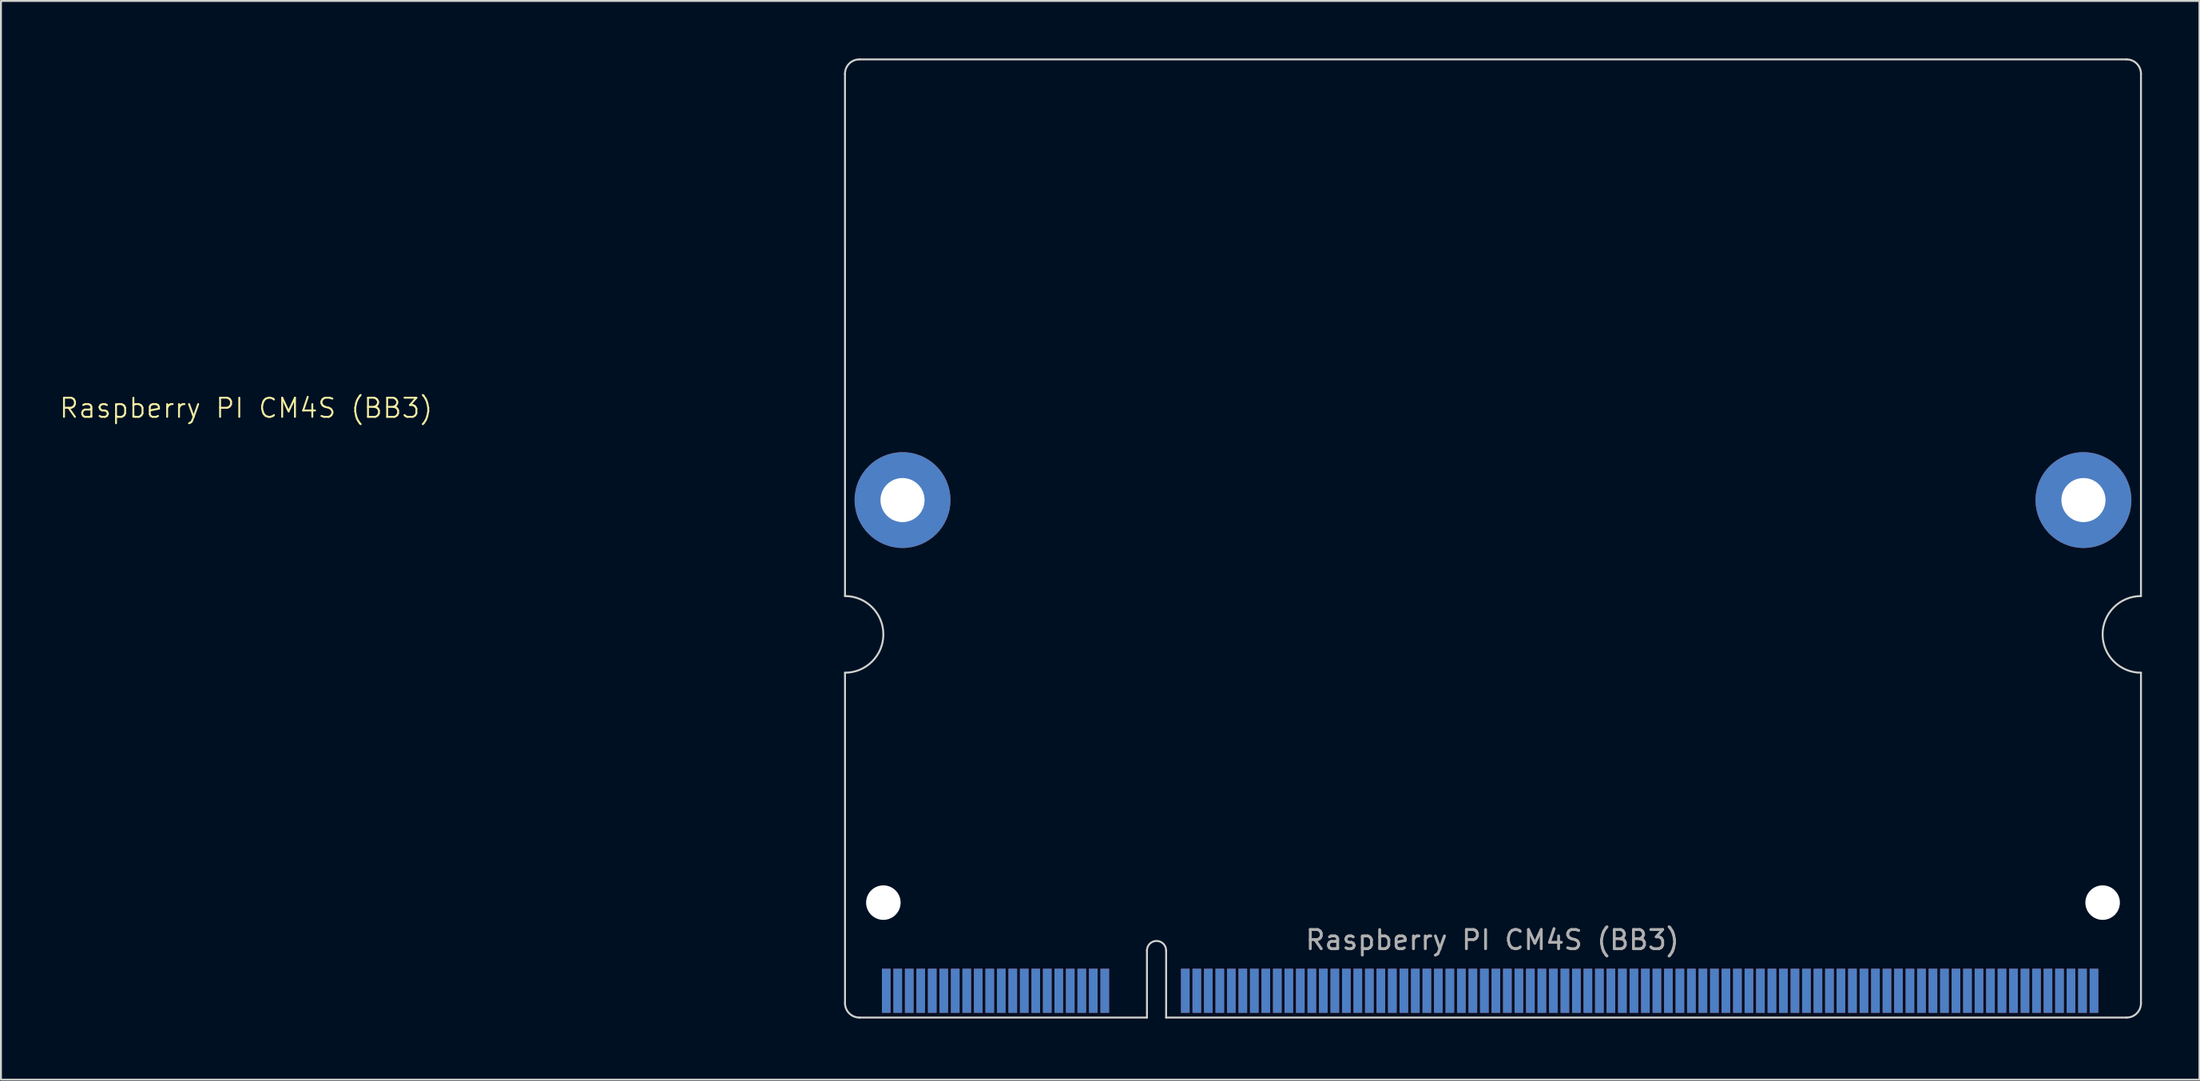
<source format=kicad_pcb>
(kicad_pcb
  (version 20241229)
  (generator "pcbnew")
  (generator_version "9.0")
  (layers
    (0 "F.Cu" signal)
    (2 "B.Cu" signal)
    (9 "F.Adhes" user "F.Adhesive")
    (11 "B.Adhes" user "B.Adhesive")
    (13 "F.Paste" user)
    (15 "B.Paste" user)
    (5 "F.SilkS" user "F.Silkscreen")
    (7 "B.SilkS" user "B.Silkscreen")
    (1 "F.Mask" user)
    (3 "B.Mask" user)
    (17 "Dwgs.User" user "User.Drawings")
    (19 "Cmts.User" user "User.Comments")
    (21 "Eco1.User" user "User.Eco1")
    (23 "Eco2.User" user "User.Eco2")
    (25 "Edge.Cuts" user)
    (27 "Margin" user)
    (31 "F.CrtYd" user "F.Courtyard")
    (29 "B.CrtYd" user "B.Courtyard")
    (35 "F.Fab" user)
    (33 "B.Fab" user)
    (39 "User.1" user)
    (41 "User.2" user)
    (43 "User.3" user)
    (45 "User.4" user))
  (footprint "Raspberry PI CM4S (BB3)"
    (layer "F.Cu")
    (at 41.028 50.05)
    (property "Reference" "Raspberry PI CM4S (BB3)" (at -31.24 -31.8 0) (unlocked yes) (layer "F.SilkS") (effects (font (size 1 1) (thickness 0.1))))
    (attr exclude_from_pos_files exclude_from_bom)
    (fp_line (start -0.001 -49.25) (end 0 -21.99) (stroke (width 0.1) (type solid)) (layer "Edge.Cuts"))
    (fp_line (start 0 -17.99) (end 0 -0.74) (stroke (width 0.1) (type solid)) (layer "Edge.Cuts"))
    (fp_line (start 0.749 -50) (end 66.85 -50) (stroke (width 0.1) (type solid)) (layer "Edge.Cuts"))
    (fp_line (start 15.75 0.01) (end 0.75 0.01) (stroke (width 0.1) (type solid)) (layer "Edge.Cuts"))
    (fp_line (start 15.75 0.01) (end 15.75 -3.49) (stroke (width 0.1) (type solid)) (layer "Edge.Cuts"))
    (fp_line (start 16.75 0.01) (end 16.75 -3.49) (stroke (width 0.1) (type solid)) (layer "Edge.Cuts"))
    (fp_line (start 16.75 0.01) (end 66.851 0.01) (stroke (width 0.1) (type solid)) (layer "Edge.Cuts"))
    (fp_line (start 67.6 -49.25) (end 67.6 -21.99) (stroke (width 0.1) (type solid)) (layer "Edge.Cuts"))
    (fp_line (start 67.6 -0.74) (end 67.6 -17.99) (stroke (width 0.1) (type solid)) (layer "Edge.Cuts"))
    (fp_arc (start -0.001309 -49.25) (mid 0.217898 -49.779867) (end 0.747382 -49.999999) (stroke (width 0.1) (type solid)) (layer "Edge.Cuts"))
    (fp_arc (start 0 -21.99) (mid 2 -19.99) (end 0 -17.99) (stroke (width 0.1) (type solid)) (layer "Edge.Cuts"))
    (fp_arc (start 0.749999 0.008691) (mid 0.220132 -0.210516) (end 0 -0.74) (stroke (width 0.1) (type solid)) (layer "Edge.Cuts"))
    (fp_arc (start 15.75 -3.49) (mid 16.25 -3.99) (end 16.75 -3.49) (stroke (width 0.1) (type solid)) (layer "Edge.Cuts"))
    (fp_arc (start 66.85 -50) (mid 67.379867 -49.780793) (end 67.599999 -49.251309) (stroke (width 0.1) (type solid)) (layer "Edge.Cuts"))
    (fp_arc (start 67.6 -17.99) (mid 65.6 -19.99) (end 67.6 -21.99) (stroke (width 0.1) (type solid)) (layer "Edge.Cuts"))
    (fp_arc (start 67.6 -0.74) (mid 67.38033 -0.20967) (end 66.85 0.01) (stroke (width 0.1) (type solid)) (layer "Edge.Cuts"))
    (fp_text user "${REFERENCE}" (at 33.77 -4.04 0) (unlocked yes) (layer "F.Fab") (effects (font (size 1 1) (thickness 0.15))))
    (pad "" np_thru_hole circle (at 2 -5.99) (size 1.8 1.8) (drill 1.8) (layers "*.Cu" "*.Mask"))
    (pad "" np_thru_hole circle (at 65.6 -5.99) (size 1.8 1.8) (drill 1.8) (layers "*.Cu" "*.Mask"))
    (pad "1" smd rect (at 2.15 -1.39) (size 0.45 2.3) (layers "F.Cu" "F.Mask"))
    (pad "2" smd rect (at 2.15 -1.39 180) (size 0.45 2.3) (layers "B.Cu" "B.Mask"))
    (pad "3" smd rect (at 2.75 -1.39) (size 0.45 2.3) (layers "F.Cu" "F.Mask"))
    (pad "4" smd rect (at 2.75 -1.39 180) (size 0.45 2.3) (layers "B.Cu" "B.Mask"))
    (pad "5" smd rect (at 3.35 -1.39) (size 0.45 2.3) (layers "F.Cu" "F.Mask"))
    (pad "6" smd rect (at 3.35 -1.39 180) (size 0.45 2.3) (layers "B.Cu" "B.Mask"))
    (pad "7" smd rect (at 3.95 -1.39) (size 0.45 2.3) (layers "F.Cu" "F.Mask"))
    (pad "8" smd rect (at 3.95 -1.39 180) (size 0.45 2.3) (layers "B.Cu" "B.Mask"))
    (pad "9" smd rect (at 4.55 -1.39) (size 0.45 2.3) (layers "F.Cu" "F.Mask"))
    (pad "10" smd rect (at 4.55 -1.39 180) (size 0.45 2.3) (layers "B.Cu" "B.Mask"))
    (pad "11" smd rect (at 5.15 -1.39) (size 0.45 2.3) (layers "F.Cu" "F.Mask"))
    (pad "12" smd rect (at 5.15 -1.39 180) (size 0.45 2.3) (layers "B.Cu" "B.Mask"))
    (pad "13" smd rect (at 5.75 -1.39) (size 0.45 2.3) (layers "F.Cu" "F.Mask"))
    (pad "14" smd rect (at 5.75 -1.39 180) (size 0.45 2.3) (layers "B.Cu" "B.Mask"))
    (pad "15" smd rect (at 6.35 -1.39) (size 0.45 2.3) (layers "F.Cu" "F.Mask"))
    (pad "16" smd rect (at 6.35 -1.39 180) (size 0.45 2.3) (layers "B.Cu" "B.Mask"))
    (pad "17" smd rect (at 6.95 -1.39) (size 0.45 2.3) (layers "F.Cu" "F.Mask"))
    (pad "18" smd rect (at 6.95 -1.39 180) (size 0.45 2.3) (layers "B.Cu" "B.Mask"))
    (pad "19" smd rect (at 7.55 -1.39) (size 0.45 2.3) (layers "F.Cu" "F.Mask"))
    (pad "20" smd rect (at 7.55 -1.39 180) (size 0.45 2.3) (layers "B.Cu" "B.Mask"))
    (pad "21" smd rect (at 8.15 -1.39) (size 0.45 2.3) (layers "F.Cu" "F.Mask"))
    (pad "22" smd rect (at 8.15 -1.39 180) (size 0.45 2.3) (layers "B.Cu" "B.Mask"))
    (pad "23" smd rect (at 8.75 -1.39) (size 0.45 2.3) (layers "F.Cu" "F.Mask"))
    (pad "24" smd rect (at 8.75 -1.39 180) (size 0.45 2.3) (layers "B.Cu" "B.Mask"))
    (pad "25" smd rect (at 9.35 -1.39) (size 0.45 2.3) (layers "F.Cu" "F.Mask"))
    (pad "26" smd rect (at 9.35 -1.39 180) (size 0.45 2.3) (layers "B.Cu" "B.Mask"))
    (pad "27" smd rect (at 9.95 -1.39) (size 0.45 2.3) (layers "F.Cu" "F.Mask"))
    (pad "28" smd rect (at 9.95 -1.39 180) (size 0.45 2.3) (layers "B.Cu" "B.Mask"))
    (pad "29" smd rect (at 10.55 -1.39) (size 0.45 2.3) (layers "F.Cu" "F.Mask"))
    (pad "30" smd rect (at 10.55 -1.39 180) (size 0.45 2.3) (layers "B.Cu" "B.Mask"))
    (pad "31" smd rect (at 11.15 -1.39) (size 0.45 2.3) (layers "F.Cu" "F.Mask"))
    (pad "32" smd rect (at 11.15 -1.39 180) (size 0.45 2.3) (layers "B.Cu" "B.Mask"))
    (pad "33" smd rect (at 11.75 -1.39) (size 0.45 2.3) (layers "F.Cu" "F.Mask"))
    (pad "34" smd rect (at 11.75 -1.39 180) (size 0.45 2.3) (layers "B.Cu" "B.Mask"))
    (pad "35" smd rect (at 12.35 -1.39) (size 0.45 2.3) (layers "F.Cu" "F.Mask"))
    (pad "36" smd rect (at 12.35 -1.39 180) (size 0.45 2.3) (layers "B.Cu" "B.Mask"))
    (pad "37" smd rect (at 12.95 -1.39) (size 0.45 2.3) (layers "F.Cu" "F.Mask"))
    (pad "38" smd rect (at 12.95 -1.39 180) (size 0.45 2.3) (layers "B.Cu" "B.Mask"))
    (pad "39" smd rect (at 13.55 -1.39) (size 0.45 2.3) (layers "F.Cu" "F.Mask"))
    (pad "40" smd rect (at 13.55 -1.39 180) (size 0.45 2.3) (layers "B.Cu" "B.Mask"))
    (pad "41" smd rect (at 17.75 -1.39) (size 0.45 2.3) (layers "F.Cu" "F.Mask"))
    (pad "42" smd rect (at 17.75 -1.39 180) (size 0.45 2.3) (layers "B.Cu" "B.Mask"))
    (pad "43" smd rect (at 18.35 -1.39) (size 0.45 2.3) (layers "F.Cu" "F.Mask"))
    (pad "44" smd rect (at 18.35 -1.39 180) (size 0.45 2.3) (layers "B.Cu" "B.Mask"))
    (pad "45" smd rect (at 18.95 -1.39) (size 0.45 2.3) (layers "F.Cu" "F.Mask"))
    (pad "46" smd rect (at 18.95 -1.39 180) (size 0.45 2.3) (layers "B.Cu" "B.Mask"))
    (pad "47" smd rect (at 19.55 -1.39) (size 0.45 2.3) (layers "F.Cu" "F.Mask"))
    (pad "48" smd rect (at 19.55 -1.39 180) (size 0.45 2.3) (layers "B.Cu" "B.Mask"))
    (pad "49" smd rect (at 20.15 -1.39) (size 0.45 2.3) (layers "F.Cu" "F.Mask"))
    (pad "50" smd rect (at 20.15 -1.39 180) (size 0.45 2.3) (layers "B.Cu" "B.Mask"))
    (pad "51" smd rect (at 20.75 -1.39) (size 0.45 2.3) (layers "F.Cu" "F.Mask"))
    (pad "52" smd rect (at 20.75 -1.39 180) (size 0.45 2.3) (layers "B.Cu" "B.Mask"))
    (pad "53" smd rect (at 21.35 -1.39) (size 0.45 2.3) (layers "F.Cu" "F.Mask"))
    (pad "54" smd rect (at 21.35 -1.39 180) (size 0.45 2.3) (layers "B.Cu" "B.Mask"))
    (pad "55" smd rect (at 21.95 -1.39) (size 0.45 2.3) (layers "F.Cu" "F.Mask"))
    (pad "56" smd rect (at 21.95 -1.39 180) (size 0.45 2.3) (layers "B.Cu" "B.Mask"))
    (pad "57" smd rect (at 22.55 -1.39) (size 0.45 2.3) (layers "F.Cu" "F.Mask"))
    (pad "58" smd rect (at 22.55 -1.39 180) (size 0.45 2.3) (layers "B.Cu" "B.Mask"))
    (pad "59" smd rect (at 23.15 -1.39) (size 0.45 2.3) (layers "F.Cu" "F.Mask"))
    (pad "60" smd rect (at 23.15 -1.39 180) (size 0.45 2.3) (layers "B.Cu" "B.Mask"))
    (pad "61" smd rect (at 23.75 -1.39) (size 0.45 2.3) (layers "F.Cu" "F.Mask"))
    (pad "62" smd rect (at 23.75 -1.39) (size 0.45 2.3) (layers "B.Cu" "B.Mask"))
    (pad "63" smd rect (at 24.35 -1.39) (size 0.45 2.3) (layers "F.Cu" "F.Mask"))
    (pad "64" smd rect (at 24.35 -1.39 180) (size 0.45 2.3) (layers "B.Cu" "B.Mask"))
    (pad "65" smd rect (at 24.95 -1.39) (size 0.45 2.3) (layers "F.Cu" "F.Mask"))
    (pad "66" smd rect (at 24.95 -1.39 180) (size 0.45 2.3) (layers "B.Cu" "B.Mask"))
    (pad "67" smd rect (at 25.55 -1.39) (size 0.45 2.3) (layers "F.Cu" "F.Mask"))
    (pad "68" smd rect (at 25.55 -1.39 180) (size 0.45 2.3) (layers "B.Cu" "B.Mask"))
    (pad "69" smd rect (at 26.15 -1.39) (size 0.45 2.3) (layers "F.Cu" "F.Mask"))
    (pad "70" smd rect (at 26.15 -1.39 180) (size 0.45 2.3) (layers "B.Cu" "B.Mask"))
    (pad "71" smd rect (at 26.75 -1.39) (size 0.45 2.3) (layers "F.Cu" "F.Mask"))
    (pad "72" smd rect (at 26.75 -1.39 180) (size 0.45 2.3) (layers "B.Cu" "B.Mask"))
    (pad "73" smd rect (at 27.35 -1.39) (size 0.45 2.3) (layers "F.Cu" "F.Mask"))
    (pad "74" smd rect (at 27.35 -1.39 180) (size 0.45 2.3) (layers "B.Cu" "B.Mask"))
    (pad "75" smd rect (at 27.95 -1.39) (size 0.45 2.3) (layers "F.Cu" "F.Mask"))
    (pad "76" smd rect (at 27.95 -1.39 180) (size 0.45 2.3) (layers "B.Cu" "B.Mask"))
    (pad "77" smd rect (at 28.55 -1.39) (size 0.45 2.3) (layers "F.Cu" "F.Mask"))
    (pad "78" smd rect (at 28.55 -1.39 180) (size 0.45 2.3) (layers "B.Cu" "B.Mask"))
    (pad "79" smd rect (at 29.15 -1.39) (size 0.45 2.3) (layers "F.Cu" "F.Mask"))
    (pad "80" smd rect (at 29.15 -1.39 180) (size 0.45 2.3) (layers "B.Cu" "B.Mask"))
    (pad "81" smd rect (at 29.75 -1.39) (size 0.45 2.3) (layers "F.Cu" "F.Mask"))
    (pad "82" smd rect (at 29.75 -1.39 180) (size 0.45 2.3) (layers "B.Cu" "B.Mask"))
    (pad "83" smd rect (at 30.35 -1.39) (size 0.45 2.3) (layers "F.Cu" "F.Mask"))
    (pad "84" smd rect (at 30.35 -1.39 180) (size 0.45 2.3) (layers "B.Cu" "B.Mask"))
    (pad "85" smd rect (at 30.95 -1.39) (size 0.45 2.3) (layers "F.Cu" "F.Mask"))
    (pad "86" smd rect (at 30.95 -1.39 180) (size 0.45 2.3) (layers "B.Cu" "B.Mask"))
    (pad "87" smd rect (at 31.55 -1.39) (size 0.45 2.3) (layers "F.Cu" "F.Mask"))
    (pad "88" smd rect (at 31.55 -1.39 180) (size 0.45 2.3) (layers "B.Cu" "B.Mask"))
    (pad "89" smd rect (at 32.15 -1.39) (size 0.45 2.3) (layers "F.Cu" "F.Mask"))
    (pad "90" smd rect (at 32.15 -1.39 180) (size 0.45 2.3) (layers "B.Cu" "B.Mask"))
    (pad "91" smd rect (at 32.75 -1.39) (size 0.45 2.3) (layers "F.Cu" "F.Mask"))
    (pad "92" smd rect (at 32.75 -1.39 180) (size 0.45 2.3) (layers "B.Cu" "B.Mask"))
    (pad "93" smd rect (at 33.35 -1.39) (size 0.45 2.3) (layers "F.Cu" "F.Mask"))
    (pad "94" smd rect (at 33.35 -1.39 180) (size 0.45 2.3) (layers "B.Cu" "B.Mask"))
    (pad "95" smd rect (at 33.95 -1.39) (size 0.45 2.3) (layers "F.Cu" "F.Mask"))
    (pad "96" smd rect (at 33.95 -1.39 180) (size 0.45 2.3) (layers "B.Cu" "B.Mask"))
    (pad "97" smd rect (at 34.55 -1.39) (size 0.45 2.3) (layers "F.Cu" "F.Mask"))
    (pad "98" smd rect (at 34.55 -1.39 180) (size 0.45 2.3) (layers "B.Cu" "B.Mask"))
    (pad "99" smd rect (at 35.15 -1.39) (size 0.45 2.3) (layers "F.Cu" "F.Mask"))
    (pad "100" smd rect (at 35.15 -1.39 180) (size 0.45 2.3) (layers "B.Cu" "B.Mask"))
    (pad "101" smd rect (at 35.75 -1.39) (size 0.45 2.3) (layers "F.Cu" "F.Mask"))
    (pad "102" smd rect (at 35.75 -1.39 180) (size 0.45 2.3) (layers "B.Cu" "B.Mask"))
    (pad "103" smd rect (at 36.35 -1.39) (size 0.45 2.3) (layers "F.Cu" "F.Mask"))
    (pad "104" smd rect (at 36.35 -1.39 180) (size 0.45 2.3) (layers "B.Cu" "B.Mask"))
    (pad "105" smd rect (at 36.95 -1.39) (size 0.45 2.3) (layers "F.Cu" "F.Mask"))
    (pad "106" smd rect (at 36.95 -1.39 180) (size 0.45 2.3) (layers "B.Cu" "B.Mask"))
    (pad "107" smd rect (at 37.55 -1.39) (size 0.45 2.3) (layers "F.Cu" "F.Mask"))
    (pad "108" smd rect (at 37.55 -1.39 180) (size 0.45 2.3) (layers "B.Cu" "B.Mask"))
    (pad "109" smd rect (at 38.15 -1.39) (size 0.45 2.3) (layers "F.Cu" "F.Mask"))
    (pad "110" smd rect (at 38.15 -1.39 180) (size 0.45 2.3) (layers "B.Cu" "B.Mask"))
    (pad "111" smd rect (at 38.75 -1.39) (size 0.45 2.3) (layers "F.Cu" "F.Mask"))
    (pad "112" smd rect (at 38.75 -1.39 180) (size 0.45 2.3) (layers "B.Cu" "B.Mask"))
    (pad "113" smd rect (at 39.35 -1.39) (size 0.45 2.3) (layers "F.Cu" "F.Mask"))
    (pad "114" smd rect (at 39.35 -1.39 180) (size 0.45 2.3) (layers "B.Cu" "B.Mask"))
    (pad "115" smd rect (at 39.95 -1.39) (size 0.45 2.3) (layers "F.Cu" "F.Mask"))
    (pad "116" smd rect (at 39.95 -1.39 180) (size 0.45 2.3) (layers "B.Cu" "B.Mask"))
    (pad "117" smd rect (at 40.55 -1.39) (size 0.45 2.3) (layers "F.Cu" "F.Mask"))
    (pad "118" smd rect (at 40.55 -1.39 180) (size 0.45 2.3) (layers "B.Cu" "B.Mask"))
    (pad "119" smd rect (at 41.15 -1.39) (size 0.45 2.3) (layers "F.Cu" "F.Mask"))
    (pad "120" smd rect (at 41.15 -1.39 180) (size 0.45 2.3) (layers "B.Cu" "B.Mask"))
    (pad "121" smd rect (at 41.75 -1.39) (size 0.45 2.3) (layers "F.Cu" "F.Mask"))
    (pad "122" smd rect (at 41.75 -1.39 180) (size 0.45 2.3) (layers "B.Cu" "B.Mask"))
    (pad "123" smd rect (at 42.35 -1.39) (size 0.45 2.3) (layers "F.Cu" "F.Mask"))
    (pad "124" smd rect (at 42.35 -1.39 180) (size 0.45 2.3) (layers "B.Cu" "B.Mask"))
    (pad "125" smd rect (at 42.95 -1.39) (size 0.45 2.3) (layers "F.Cu" "F.Mask"))
    (pad "126" smd rect (at 42.95 -1.39 180) (size 0.45 2.3) (layers "B.Cu" "B.Mask"))
    (pad "127" smd rect (at 43.55 -1.39) (size 0.45 2.3) (layers "F.Cu" "F.Mask"))
    (pad "128" smd rect (at 43.55 -1.39 180) (size 0.45 2.3) (layers "B.Cu" "B.Mask"))
    (pad "129" smd rect (at 44.15 -1.39) (size 0.45 2.3) (layers "F.Cu" "F.Mask"))
    (pad "130" smd rect (at 44.15 -1.39 180) (size 0.45 2.3) (layers "B.Cu" "B.Mask"))
    (pad "131" smd rect (at 44.75 -1.39) (size 0.45 2.3) (layers "F.Cu" "F.Mask"))
    (pad "132" smd rect (at 44.75 -1.39 180) (size 0.45 2.3) (layers "B.Cu" "B.Mask"))
    (pad "133" smd rect (at 45.35 -1.39) (size 0.45 2.3) (layers "F.Cu" "F.Mask"))
    (pad "134" smd rect (at 45.35 -1.39 180) (size 0.45 2.3) (layers "B.Cu" "B.Mask"))
    (pad "135" smd rect (at 45.95 -1.39) (size 0.45 2.3) (layers "F.Cu" "F.Mask"))
    (pad "136" smd rect (at 45.95 -1.39 180) (size 0.45 2.3) (layers "B.Cu" "B.Mask"))
    (pad "137" smd rect (at 46.55 -1.39) (size 0.45 2.3) (layers "F.Cu" "F.Mask"))
    (pad "138" smd rect (at 46.55 -1.39 180) (size 0.45 2.3) (layers "B.Cu" "B.Mask"))
    (pad "139" smd rect (at 47.15 -1.39) (size 0.45 2.3) (layers "F.Cu" "F.Mask"))
    (pad "140" smd rect (at 47.15 -1.39 180) (size 0.45 2.3) (layers "B.Cu" "B.Mask"))
    (pad "141" smd rect (at 47.75 -1.39) (size 0.45 2.3) (layers "F.Cu" "F.Mask"))
    (pad "142" smd rect (at 47.75 -1.39 180) (size 0.45 2.3) (layers "B.Cu" "B.Mask"))
    (pad "143" smd rect (at 48.35 -1.39) (size 0.45 2.3) (layers "F.Cu" "F.Mask"))
    (pad "144" smd rect (at 48.35 -1.39 180) (size 0.45 2.3) (layers "B.Cu" "B.Mask"))
    (pad "145" smd rect (at 48.95 -1.39) (size 0.45 2.3) (layers "F.Cu" "F.Mask"))
    (pad "146" smd rect (at 48.95 -1.39 180) (size 0.45 2.3) (layers "B.Cu" "B.Mask"))
    (pad "147" smd rect (at 49.55 -1.39) (size 0.45 2.3) (layers "F.Cu" "F.Mask"))
    (pad "148" smd rect (at 49.55 -1.39 180) (size 0.45 2.3) (layers "B.Cu" "B.Mask"))
    (pad "149" smd rect (at 50.15 -1.39) (size 0.45 2.3) (layers "F.Cu" "F.Mask"))
    (pad "150" smd rect (at 50.15 -1.39 180) (size 0.45 2.3) (layers "B.Cu" "B.Mask"))
    (pad "151" smd rect (at 50.75 -1.39) (size 0.45 2.3) (layers "F.Cu" "F.Mask"))
    (pad "152" smd rect (at 50.75 -1.39 180) (size 0.45 2.3) (layers "B.Cu" "B.Mask"))
    (pad "153" smd rect (at 51.35 -1.39) (size 0.45 2.3) (layers "F.Cu" "F.Mask"))
    (pad "154" smd rect (at 51.35 -1.39 180) (size 0.45 2.3) (layers "B.Cu" "B.Mask"))
    (pad "155" smd rect (at 51.95 -1.39) (size 0.45 2.3) (layers "F.Cu" "F.Mask"))
    (pad "156" smd rect (at 51.95 -1.39 180) (size 0.45 2.3) (layers "B.Cu" "B.Mask"))
    (pad "157" smd rect (at 52.55 -1.39) (size 0.45 2.3) (layers "F.Cu" "F.Mask"))
    (pad "158" smd rect (at 52.55 -1.39 180) (size 0.45 2.3) (layers "B.Cu" "B.Mask"))
    (pad "159" smd rect (at 53.15 -1.39) (size 0.45 2.3) (layers "F.Cu" "F.Mask"))
    (pad "160" smd rect (at 53.15 -1.39 180) (size 0.45 2.3) (layers "B.Cu" "B.Mask"))
    (pad "161" smd rect (at 53.75 -1.39) (size 0.45 2.3) (layers "F.Cu" "F.Mask"))
    (pad "162" smd rect (at 53.75 -1.39 180) (size 0.45 2.3) (layers "B.Cu" "B.Mask"))
    (pad "163" smd rect (at 54.35 -1.39) (size 0.45 2.3) (layers "F.Cu" "F.Mask"))
    (pad "164" smd rect (at 54.35 -1.39 180) (size 0.45 2.3) (layers "B.Cu" "B.Mask"))
    (pad "165" smd rect (at 54.95 -1.39) (size 0.45 2.3) (layers "F.Cu" "F.Mask"))
    (pad "166" smd rect (at 54.95 -1.39 180) (size 0.45 2.3) (layers "B.Cu" "B.Mask"))
    (pad "167" smd rect (at 55.55 -1.39) (size 0.45 2.3) (layers "F.Cu" "F.Mask"))
    (pad "168" smd rect (at 55.55 -1.39 180) (size 0.45 2.3) (layers "B.Cu" "B.Mask"))
    (pad "169" smd rect (at 56.15 -1.39) (size 0.45 2.3) (layers "F.Cu" "F.Mask"))
    (pad "170" smd rect (at 56.15 -1.39 180) (size 0.45 2.3) (layers "B.Cu" "B.Mask"))
    (pad "171" smd rect (at 56.75 -1.39) (size 0.45 2.3) (layers "F.Cu" "F.Mask"))
    (pad "172" smd rect (at 56.75 -1.39 180) (size 0.45 2.3) (layers "B.Cu" "B.Mask"))
    (pad "173" smd rect (at 57.35 -1.39) (size 0.45 2.3) (layers "F.Cu" "F.Mask"))
    (pad "174" smd rect (at 57.35 -1.39 180) (size 0.45 2.3) (layers "B.Cu" "B.Mask"))
    (pad "175" smd rect (at 57.95 -1.39) (size 0.45 2.3) (layers "F.Cu" "F.Mask"))
    (pad "176" smd rect (at 57.95 -1.39 180) (size 0.45 2.3) (layers "B.Cu" "B.Mask"))
    (pad "177" smd rect (at 58.55 -1.39) (size 0.45 2.3) (layers "F.Cu" "F.Mask"))
    (pad "178" smd rect (at 58.55 -1.39 180) (size 0.45 2.3) (layers "B.Cu" "B.Mask"))
    (pad "179" smd rect (at 59.15 -1.39) (size 0.45 2.3) (layers "F.Cu" "F.Mask"))
    (pad "180" smd rect (at 59.15 -1.39 180) (size 0.45 2.3) (layers "B.Cu" "B.Mask"))
    (pad "181" smd rect (at 59.75 -1.39) (size 0.45 2.3) (layers "F.Cu" "F.Mask"))
    (pad "182" smd rect (at 59.75 -1.39 180) (size 0.45 2.3) (layers "B.Cu" "B.Mask"))
    (pad "183" smd rect (at 60.35 -1.39) (size 0.45 2.3) (layers "F.Cu" "F.Mask"))
    (pad "184" smd rect (at 60.35 -1.39 180) (size 0.45 2.3) (layers "B.Cu" "B.Mask"))
    (pad "185" smd rect (at 60.95 -1.39) (size 0.45 2.3) (layers "F.Cu" "F.Mask"))
    (pad "186" smd rect (at 60.95 -1.39 180) (size 0.45 2.3) (layers "B.Cu" "B.Mask"))
    (pad "187" smd rect (at 61.55 -1.39) (size 0.45 2.3) (layers "F.Cu" "F.Mask"))
    (pad "188" smd rect (at 61.55 -1.39 180) (size 0.45 2.3) (layers "B.Cu" "B.Mask"))
    (pad "189" smd rect (at 62.15 -1.39) (size 0.45 2.3) (layers "F.Cu" "F.Mask"))
    (pad "190" smd rect (at 62.15 -1.39 180) (size 0.45 2.3) (layers "B.Cu" "B.Mask"))
    (pad "191" smd rect (at 62.75 -1.39) (size 0.45 2.3) (layers "F.Cu" "F.Mask"))
    (pad "192" smd rect (at 62.75 -1.39 180) (size 0.45 2.3) (layers "B.Cu" "B.Mask"))
    (pad "193" smd rect (at 63.35 -1.39) (size 0.45 2.3) (layers "F.Cu" "F.Mask"))
    (pad "194" smd rect (at 63.35 -1.39 180) (size 0.45 2.3) (layers "B.Cu" "B.Mask"))
    (pad "195" smd rect (at 63.95 -1.39) (size 0.45 2.3) (layers "F.Cu" "F.Mask"))
    (pad "196" smd rect (at 63.95 -1.39 180) (size 0.45 2.3) (layers "B.Cu" "B.Mask"))
    (pad "197" smd rect (at 64.55 -1.39) (size 0.45 2.3) (layers "F.Cu" "F.Mask"))
    (pad "198" smd rect (at 64.55 -1.39 180) (size 0.45 2.3) (layers "B.Cu" "B.Mask"))
    (pad "199" smd rect (at 65.15 -1.39) (size 0.45 2.3) (layers "F.Cu" "F.Mask"))
    (pad "200" smd rect (at 65.15 -1.39 180) (size 0.45 2.3) (layers "B.Cu" "B.Mask"))
    (pad "SH" thru_hole circle (at 3 -27) (size 5 5) (drill 2.3) (layers "*.Cu" "*.Mask"))
    (pad "SH" thru_hole circle (at 64.6 -27) (size 5 5) (drill 2.3) (layers "*.Cu" "*.Mask")))
  (gr_rect
    (start -3 -3)
    (end 111.678 53.3)
    (stroke (width 0.1) (type default))
    (fill no)
    (layer "Edge.Cuts")))
</source>
